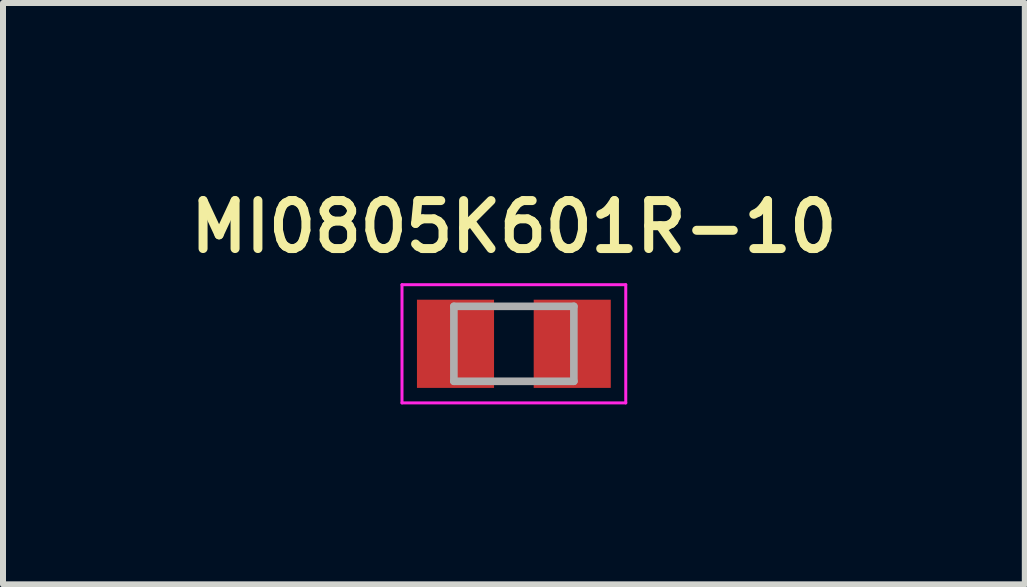
<source format=kicad_pcb>
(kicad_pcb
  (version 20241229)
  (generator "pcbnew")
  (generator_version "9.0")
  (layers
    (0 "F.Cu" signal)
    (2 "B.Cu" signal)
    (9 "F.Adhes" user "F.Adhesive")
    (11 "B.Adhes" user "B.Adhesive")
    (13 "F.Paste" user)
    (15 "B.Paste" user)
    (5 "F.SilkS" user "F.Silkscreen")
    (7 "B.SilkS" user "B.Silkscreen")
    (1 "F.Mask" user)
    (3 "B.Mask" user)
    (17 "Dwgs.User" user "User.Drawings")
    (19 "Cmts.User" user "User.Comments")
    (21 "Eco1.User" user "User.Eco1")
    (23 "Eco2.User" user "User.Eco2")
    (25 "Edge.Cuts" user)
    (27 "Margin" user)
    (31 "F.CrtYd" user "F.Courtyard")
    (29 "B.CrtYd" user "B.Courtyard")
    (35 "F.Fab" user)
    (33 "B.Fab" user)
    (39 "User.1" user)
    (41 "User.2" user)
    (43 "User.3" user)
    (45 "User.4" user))
  (footprint "MI0805K601R-10"
    (layer "F.Cu")
    (at 5.516 2.681)
    (property "Reference" "MI0805K601R-10" (at 0 -1.95 0) (layer "F.SilkS") (effects (font (size 0.8 0.8) (thickness 0.15))))
    (attr through_hole)
    (fp_line (start -1.865 -0.985) (end -1.865 0.985) (stroke (width 0.05) (type solid)) (layer "F.CrtYd"))
    (fp_line (start -1.865 0.985) (end 1.865 0.985) (stroke (width 0.05) (type solid)) (layer "F.CrtYd"))
    (fp_line (start 1.865 -0.985) (end -1.865 -0.985) (stroke (width 0.05) (type solid)) (layer "F.CrtYd"))
    (fp_line (start 1.865 0.985) (end 1.865 -0.985) (stroke (width 0.05) (type solid)) (layer "F.CrtYd"))
    (fp_line (start -1 -0.625) (end -1 0.625) (stroke (width 0.127) (type solid)) (layer "F.Fab"))
    (fp_line (start -1 -0.625) (end 1 -0.625) (stroke (width 0.127) (type solid)) (layer "F.Fab"))
    (fp_line (start -1 0.625) (end 1 0.625) (stroke (width 0.127) (type solid)) (layer "F.Fab"))
    (fp_line (start 1 -0.625) (end 1 0.625) (stroke (width 0.127) (type solid)) (layer "F.Fab"))
    (pad "1" smd rect (at -0.973 0) (size 1.285 1.47) (layers "F.Cu" "F.Mask" "F.Paste"))
    (pad "2" smd rect (at 0.973 0) (size 1.285 1.47) (layers "F.Cu" "F.Mask" "F.Paste")))
  (gr_rect
    (start -3 -3)
    (end 14.033 6.691)
    (stroke (width 0.1) (type default))
    (fill no)
    (layer "Edge.Cuts")))
</source>
